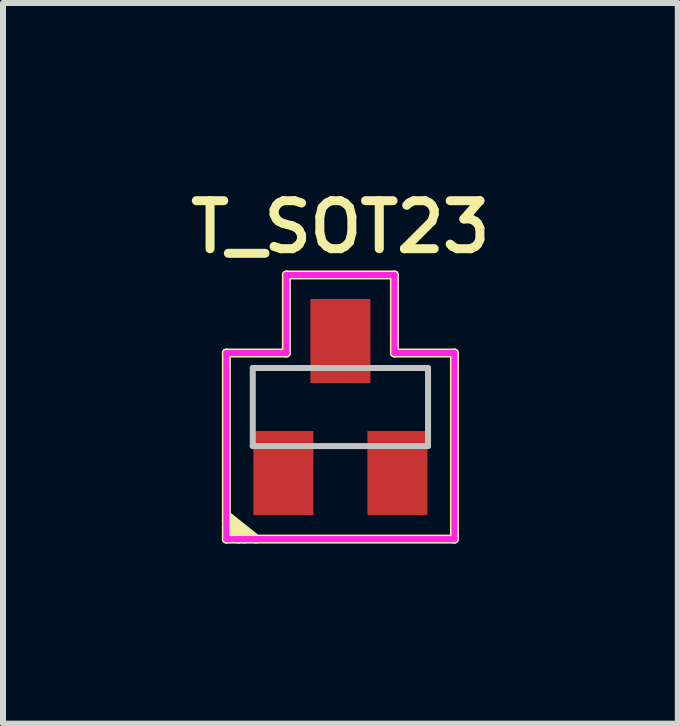
<source format=kicad_pcb>
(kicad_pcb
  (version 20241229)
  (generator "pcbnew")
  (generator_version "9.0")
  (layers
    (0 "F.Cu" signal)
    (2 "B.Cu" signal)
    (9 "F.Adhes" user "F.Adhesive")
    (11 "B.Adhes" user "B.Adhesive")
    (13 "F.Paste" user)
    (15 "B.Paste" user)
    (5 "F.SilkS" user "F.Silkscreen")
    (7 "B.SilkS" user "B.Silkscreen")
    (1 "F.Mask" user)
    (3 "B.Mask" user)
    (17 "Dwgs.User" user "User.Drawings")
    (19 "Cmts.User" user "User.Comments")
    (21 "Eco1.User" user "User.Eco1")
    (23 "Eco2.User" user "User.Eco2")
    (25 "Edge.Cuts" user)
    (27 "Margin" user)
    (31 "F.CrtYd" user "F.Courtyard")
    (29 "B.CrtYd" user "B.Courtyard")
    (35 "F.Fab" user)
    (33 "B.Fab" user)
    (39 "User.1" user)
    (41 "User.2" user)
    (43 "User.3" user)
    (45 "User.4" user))
  (footprint "T_SOT23"
    (layer "F.Cu")
    (at 2.621 3.731)
    (property "Reference" "T_SOT23" (at 0 -3 0) (layer "F.SilkS") (effects (font (size 0.8 0.8) (thickness 0.15))))
    (attr smd)
    (fp_line (start -1.9 -0.9) (end -1.9 2.2) (stroke (width 0.15) (type solid)) (layer "F.SilkS"))
    (fp_line (start -1.9 1.9) (end -1.6 2.2) (stroke (width 0.15) (type solid)) (layer "F.SilkS"))
    (fp_line (start -1.9 2) (end -1.7 2.2) (stroke (width 0.15) (type solid)) (layer "F.SilkS"))
    (fp_line (start -1.9 2.2) (end 1.9 2.2) (stroke (width 0.15) (type solid)) (layer "F.SilkS"))
    (fp_line (start -1.4 2.2) (end -1.9 1.8) (stroke (width 0.15) (type solid)) (layer "F.SilkS"))
    (fp_line (start -0.9 -2.2) (end -0.9 -0.9) (stroke (width 0.15) (type solid)) (layer "F.SilkS"))
    (fp_line (start -0.9 -0.9) (end -1.9 -0.9) (stroke (width 0.15) (type solid)) (layer "F.SilkS"))
    (fp_line (start 0.9 -2.2) (end -0.9 -2.2) (stroke (width 0.15) (type solid)) (layer "F.SilkS"))
    (fp_line (start 0.9 -0.9) (end 0.9 -2.2) (stroke (width 0.15) (type solid)) (layer "F.SilkS"))
    (fp_line (start 1.9 -0.9) (end 0.9 -0.9) (stroke (width 0.15) (type solid)) (layer "F.SilkS"))
    (fp_line (start 1.9 2.2) (end 1.9 -0.9) (stroke (width 0.15) (type solid)) (layer "F.SilkS"))
    (fp_line (start -1.46 -0.65) (end 1.46 -0.65) (stroke (width 0.1) (type solid)) (layer "Dwgs.User"))
    (fp_line (start -1.46 0.65) (end -1.46 -0.65) (stroke (width 0.1) (type solid)) (layer "Dwgs.User"))
    (fp_line (start 1.46 -0.65) (end 1.46 0.65) (stroke (width 0.1) (type solid)) (layer "Dwgs.User"))
    (fp_line (start 1.46 0.65) (end -1.46 0.65) (stroke (width 0.1) (type solid)) (layer "Dwgs.User"))
    (fp_line (start -1.9 -0.9) (end -0.9 -0.9) (stroke (width 0.1) (type solid)) (layer "F.CrtYd"))
    (fp_line (start -1.9 2.2) (end -1.9 -0.9) (stroke (width 0.1) (type solid)) (layer "F.CrtYd"))
    (fp_line (start -0.9 -2.2) (end 0.9 -2.2) (stroke (width 0.1) (type solid)) (layer "F.CrtYd"))
    (fp_line (start -0.9 -0.9) (end -0.9 -2.2) (stroke (width 0.1) (type solid)) (layer "F.CrtYd"))
    (fp_line (start 0.9 -2.2) (end 0.9 -0.9) (stroke (width 0.1) (type solid)) (layer "F.CrtYd"))
    (fp_line (start 0.9 -0.9) (end 1.9 -0.9) (stroke (width 0.1) (type solid)) (layer "F.CrtYd"))
    (fp_line (start 1.9 -0.9) (end 1.9 2.2) (stroke (width 0.1) (type solid)) (layer "F.CrtYd"))
    (fp_line (start 1.9 2.2) (end -1.9 2.2) (stroke (width 0.1) (type solid)) (layer "F.CrtYd"))
    (pad "1" smd rect (at -0.95 1.1) (size 1 1.4) (layers "F.Cu" "F.Mask" "F.Paste"))
    (pad "2" smd rect (at 0.95 1.1) (size 1 1.4) (layers "F.Cu" "F.Mask" "F.Paste"))
    (pad "3" smd rect (at 0 -1.1) (size 1 1.4) (layers "F.Cu" "F.Mask" "F.Paste")))
  (gr_rect
    (start -3 -3)
    (end 8.242 9.006)
    (stroke (width 0.1) (type default))
    (fill no)
    (layer "Edge.Cuts")))
</source>
